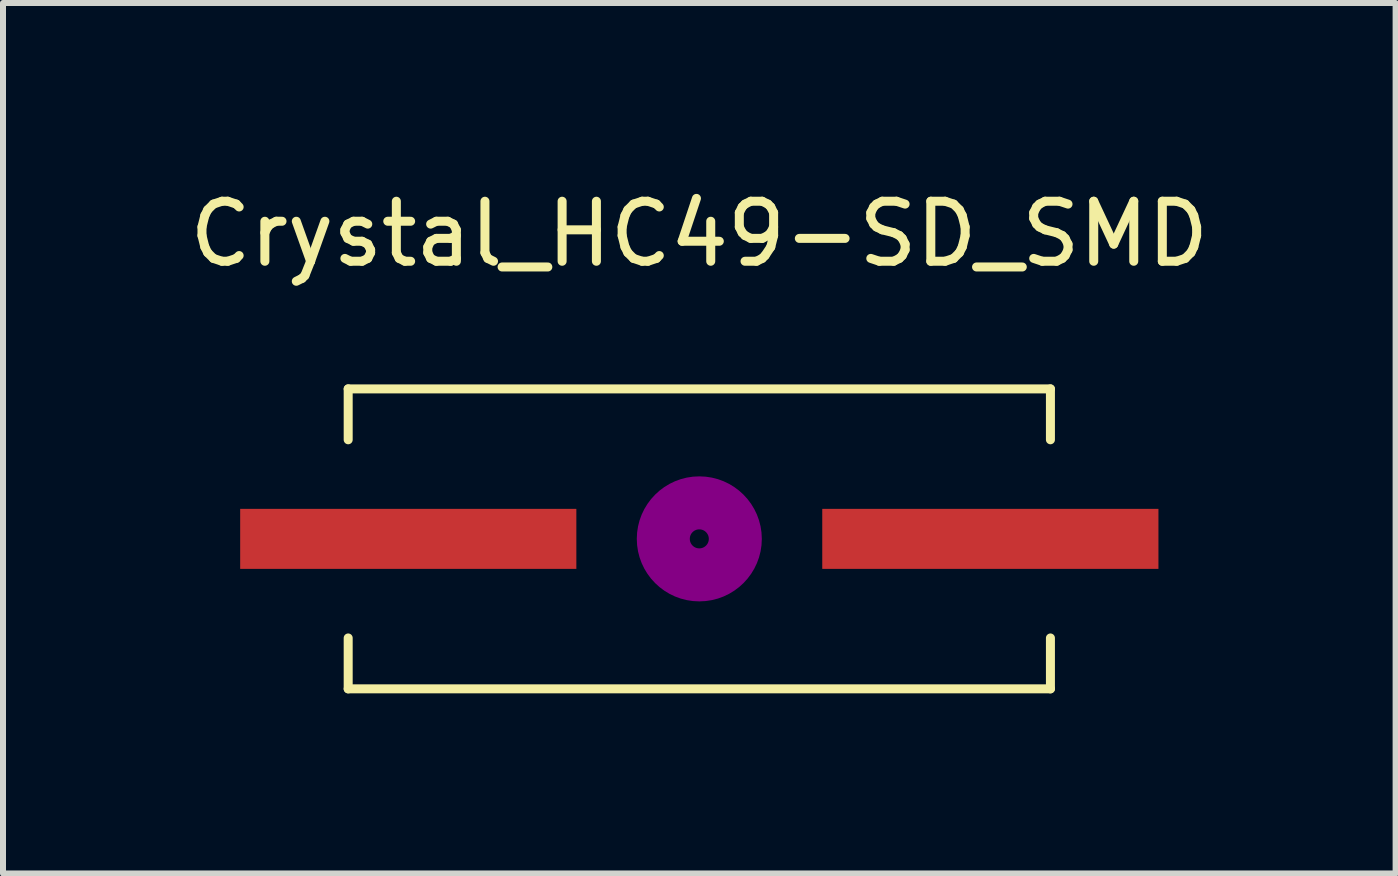
<source format=kicad_pcb>
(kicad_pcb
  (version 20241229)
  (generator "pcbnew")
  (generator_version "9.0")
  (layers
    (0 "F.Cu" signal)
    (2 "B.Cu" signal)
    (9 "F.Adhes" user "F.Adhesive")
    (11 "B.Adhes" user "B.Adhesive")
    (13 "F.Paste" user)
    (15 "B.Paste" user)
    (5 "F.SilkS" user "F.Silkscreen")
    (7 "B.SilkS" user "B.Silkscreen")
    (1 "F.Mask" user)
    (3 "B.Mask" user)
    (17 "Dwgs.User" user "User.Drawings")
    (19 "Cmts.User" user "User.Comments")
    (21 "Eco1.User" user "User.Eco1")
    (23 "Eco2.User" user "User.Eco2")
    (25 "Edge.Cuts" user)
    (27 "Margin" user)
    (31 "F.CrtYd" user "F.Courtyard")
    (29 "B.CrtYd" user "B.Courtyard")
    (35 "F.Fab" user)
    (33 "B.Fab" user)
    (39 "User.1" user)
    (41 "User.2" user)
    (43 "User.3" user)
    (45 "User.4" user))
  (footprint "Crystal_HC49-SD_SMD"
    (layer "F.Cu")
    (at 8.601 5.928)
    (property "Reference" "Crystal_HC49-SD_SMD" (at 0 -5.08 0) (layer "F.SilkS") (effects (font (size 1 1) (thickness 0.15))))
    (attr smd)
    (fp_line (start -5.85 -2.499) (end -5.85 -1.651) (stroke (width 0.15) (type solid)) (layer "F.SilkS"))
    (fp_line (start -5.85 2.499) (end -5.85 1.651) (stroke (width 0.15) (type solid)) (layer "F.SilkS"))
    (fp_line (start -5.85 2.499) (end 5.85 2.499) (stroke (width 0.15) (type solid)) (layer "F.SilkS"))
    (fp_line (start 5.85 -2.499) (end -5.85 -2.499) (stroke (width 0.15) (type solid)) (layer "F.SilkS"))
    (fp_line (start 5.85 -2.499) (end 5.85 -1.651) (stroke (width 0.15) (type solid)) (layer "F.SilkS"))
    (fp_line (start 5.85 2.499) (end 5.85 1.651) (stroke (width 0.15) (type solid)) (layer "F.SilkS"))
    (fp_circle (center 0 0) (end 0.15 0.051) (stroke (width 0.381) (type solid)) (fill no) (layer "F.Adhes"))
    (fp_circle (center 0 0) (end 0.5 0) (stroke (width 0.381) (type solid)) (fill no) (layer "F.Adhes"))
    (fp_circle (center 0 0) (end 0.851 0) (stroke (width 0.381) (type solid)) (fill no) (layer "F.Adhes"))
    (pad "1" smd rect (at -4.849 0) (size 5.601 1) (layers "F.Cu" "F.Mask" "F.Paste"))
    (pad "2" smd rect (at 4.849 0) (size 5.601 1) (layers "F.Cu" "F.Mask" "F.Paste")))
  (gr_rect
    (start -3 -3)
    (end 20.202 11.503)
    (stroke (width 0.1) (type default))
    (fill no)
    (layer "Edge.Cuts")))
</source>
